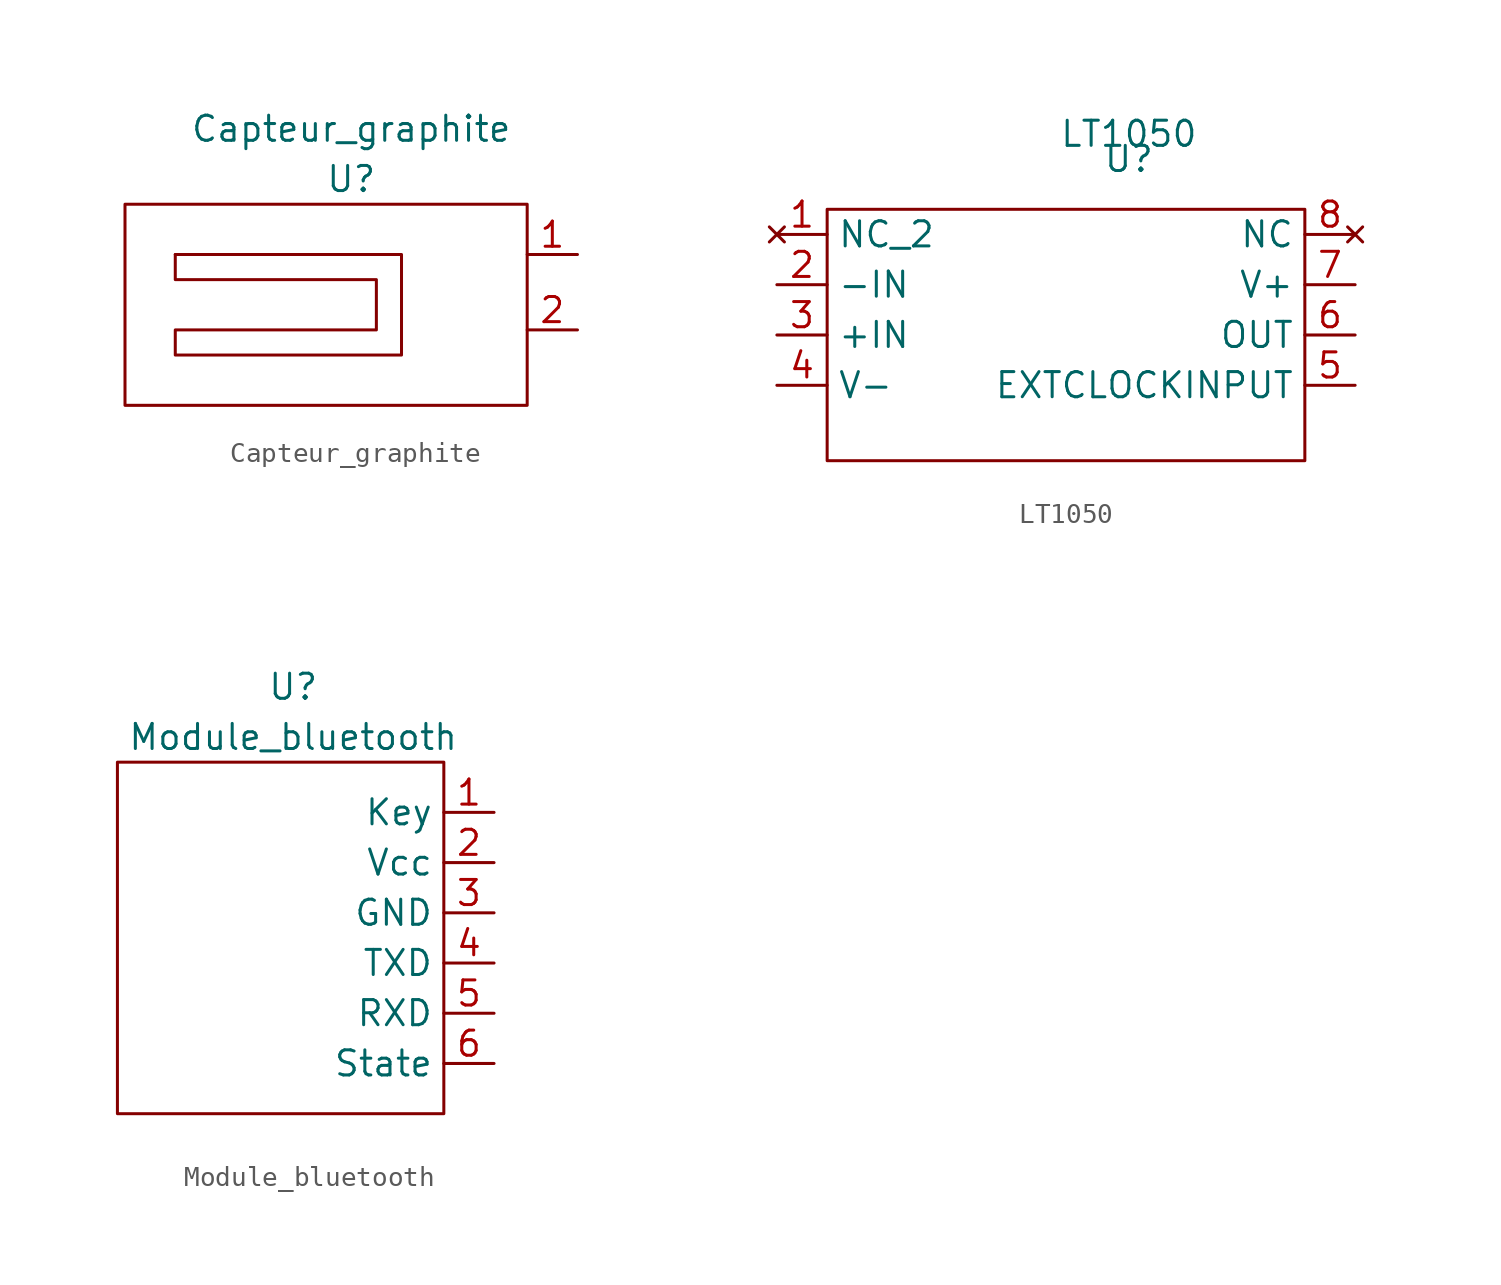
<source format=kicad_sym>
(kicad_symbol_lib
  (version 20211014)
  (generator kicad_symbol_editor)
  (symbol "Capteur_graphite"
    (property "Reference" "U"
      (at -1.27 2.54 0)
      (effects (font (size 1.27 1.27))))
    (property "Value" "Capteur_graphite"
      (at -1.27 5.08 0)
      (effects (font (size 1.27 1.27))))
    (symbol "Capteur_graphite_0_1"
      (polyline (pts (xy -10.16 -1.27) (xy -1.27 -1.27)) (stroke (width 0) (type default) (color 0 0 0 0)) (fill (type none)))
      (polyline (pts (xy -12.7 1.27) (xy 7.62 1.27) (xy 7.62 -8.89) (xy -12.7 -8.89) (xy -12.7 1.27)) (stroke (width 0) (type default) (color 0 0 0 0)) (fill (type none)))
      (polyline (pts (xy -1.27 -1.27) (xy 1.27 -1.27) (xy 1.27 -6.35) (xy -10.16 -6.35) (xy -10.16 -5.08) (xy 0 -5.08) (xy 0 -2.54) (xy -10.16 -2.54) (xy -10.16 -1.27)) (stroke (width 0) (type default) (color 0 0 0 0)) (fill (type none))))
    (symbol "Capteur_graphite_1_1"
      (pin power_in line (at 10.16 -1.27 180) (length 2.54) (name "" (effects (font (size 1.27 1.27)))) (number "1" (effects (font (size 1.27 1.27)))))
      (pin power_in line (at 10.16 -5.08 180) (length 2.54) (name "" (effects (font (size 1.27 1.27)))) (number "2" (effects (font (size 1.27 1.27)))))))
  (symbol "LT1050"
    (property "Reference" "U"
      (at 0 3.81 0)
      (effects (font (size 1.27 1.27))))
    (property "Value" "LT1050"
      (at 0 5.08 0)
      (effects (font (size 1.27 1.27))))
    (symbol "LT1050_0_1"
      (polyline (pts (xy -15.24 1.27) (xy 8.89 1.27) (xy 8.89 -11.43) (xy -15.24 -11.43) (xy -15.24 1.27)) (stroke (width 0) (type default) (color 0 0 0 0)) (fill (type none))))
    (symbol "LT1050_1_1"
      (pin no_connect line (at -17.78 0 0) (length 2.54) (name "NC_2" (effects (font (size 1.27 1.27)))) (number "1" (effects (font (size 1.27 1.27)))))
      (pin input line (at -17.78 -2.54 0) (length 2.54) (name "-IN" (effects (font (size 1.27 1.27)))) (number "2" (effects (font (size 1.27 1.27)))))
      (pin input line (at -17.78 -5.08 0) (length 2.54) (name "+IN" (effects (font (size 1.27 1.27)))) (number "3" (effects (font (size 1.27 1.27)))))
      (pin power_in line (at -17.78 -7.62 0) (length 2.54) (name "V-" (effects (font (size 1.27 1.27)))) (number "4" (effects (font (size 1.27 1.27)))))
      (pin input line (at 11.43 -7.62 180) (length 2.54) (name "EXTCLOCKINPUT" (effects (font (size 1.27 1.27)))) (number "5" (effects (font (size 1.27 1.27)))))
      (pin output line (at 11.43 -5.08 180) (length 2.54) (name "OUT" (effects (font (size 1.27 1.27)))) (number "6" (effects (font (size 1.27 1.27)))))
      (pin power_in line (at 11.43 -2.54 180) (length 2.54) (name "V+" (effects (font (size 1.27 1.27)))) (number "7" (effects (font (size 1.27 1.27)))))
      (pin no_connect line (at 11.43 0 180) (length 2.54) (name "NC" (effects (font (size 1.27 1.27)))) (number "8" (effects (font (size 1.27 1.27)))))))
  (symbol "Module_bluetooth"
    (property "Reference" "U"
      (at 0 6.35 0)
      (effects (font (size 1.27 1.27))))
    (property "Value" "Module_bluetooth"
      (at 0 3.81 0)
      (effects (font (size 1.27 1.27))))
    (symbol "Module_bluetooth_0_1"
      (polyline (pts (xy -8.89 2.54) (xy 7.62 2.54) (xy 7.62 -15.24) (xy -8.89 -15.24) (xy -8.89 2.54)) (stroke (width 0) (type default) (color 0 0 0 0)) (fill (type none))))
    (symbol "Module_bluetooth_1_1"
      (pin passive line (at 10.16 0 180) (length 2.54) (name "Key" (effects (font (size 1.27 1.27)))) (number "1" (effects (font (size 1.27 1.27)))))
      (pin power_in line (at 10.16 -2.54 180) (length 2.54) (name "Vcc" (effects (font (size 1.27 1.27)))) (number "2" (effects (font (size 1.27 1.27)))))
      (pin power_in line (at 10.16 -5.08 180) (length 2.54) (name "GND" (effects (font (size 1.27 1.27)))) (number "3" (effects (font (size 1.27 1.27)))))
      (pin passive line (at 10.16 -7.62 180) (length 2.54) (name "TXD" (effects (font (size 1.27 1.27)))) (number "4" (effects (font (size 1.27 1.27)))))
      (pin passive line (at 10.16 -10.16 180) (length 2.54) (name "RXD" (effects (font (size 1.27 1.27)))) (number "5" (effects (font (size 1.27 1.27)))))
      (pin passive line (at 10.16 -12.7 180) (length 2.54) (name "State" (effects (font (size 1.27 1.27)))) (number "6" (effects (font (size 1.27 1.27))))))))
</source>
